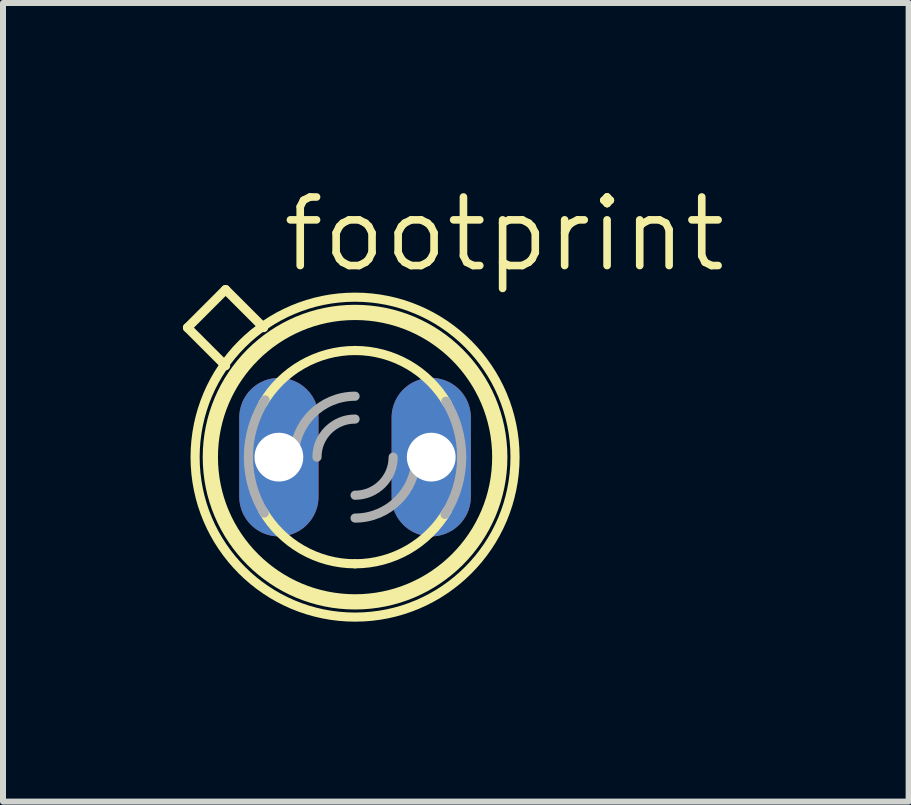
<source format=kicad_pcb>
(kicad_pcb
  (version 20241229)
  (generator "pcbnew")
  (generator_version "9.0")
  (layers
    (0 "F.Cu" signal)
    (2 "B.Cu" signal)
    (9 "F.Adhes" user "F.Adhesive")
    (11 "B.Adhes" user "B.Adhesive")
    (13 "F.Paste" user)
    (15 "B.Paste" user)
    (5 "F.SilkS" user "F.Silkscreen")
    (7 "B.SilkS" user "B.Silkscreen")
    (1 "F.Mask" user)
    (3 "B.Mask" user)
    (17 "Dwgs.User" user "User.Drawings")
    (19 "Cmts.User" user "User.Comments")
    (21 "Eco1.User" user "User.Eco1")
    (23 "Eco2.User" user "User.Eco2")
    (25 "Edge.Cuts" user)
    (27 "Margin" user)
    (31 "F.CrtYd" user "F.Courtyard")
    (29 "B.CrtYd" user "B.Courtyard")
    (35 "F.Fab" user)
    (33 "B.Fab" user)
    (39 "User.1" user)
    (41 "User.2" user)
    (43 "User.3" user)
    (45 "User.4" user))
  (footprint "footprint"
    (layer "F.Cu")
    (at 2.87 4.572)
    (property "Reference" "footprint" (at -1.27 -3.048 0) (layer "F.SilkS") (effects (font (size 1.143 1.143) (thickness 0.127)) (justify left bottom)))
    (fp_line (start -2.794 -2.159) (end -2.159 -2.794) (stroke (width 0.152) (type solid)) (layer "F.SilkS"))
    (fp_line (start -2.159 -1.524) (end -2.794 -2.159) (stroke (width 0.152) (type solid)) (layer "F.SilkS"))
    (fp_line (start -1.524 -2.159) (end -2.159 -2.794) (stroke (width 0.152) (type solid)) (layer "F.SilkS"))
    (fp_arc (start -1.5358 -0.8959) (mid -0.88555 -1.541787) (end 0 -1.778) (stroke (width 0.1524) (type solid)) (layer "F.SilkS"))
    (fp_arc (start 0 -1.778) (mid 0.88555 -1.541786) (end 1.5358 -0.8959) (stroke (width 0.1524) (type solid)) (layer "F.SilkS"))
    (fp_arc (start 0 1.778) (mid -0.88555 1.541786) (end -1.5358 0.8959) (stroke (width 0.1524) (type solid)) (layer "F.SilkS"))
    (fp_arc (start 1.5358 0.8959) (mid 0.88555 1.541787) (end 0 1.778) (stroke (width 0.1524) (type solid)) (layer "F.SilkS"))
    (fp_circle (center 0 0) (end 2.413 0) (stroke (width 0.254) (type solid)) (fill no) (layer "F.SilkS"))
    (fp_circle (center 0 0) (end 2.667 0) (stroke (width 0.152) (type solid)) (fill no) (layer "F.SilkS"))
    (fp_arc (start -1.778 0) (mid -1.707084 -0.497127) (end -1.500001 -0.9546) (stroke (width 0.1524) (type solid)) (layer "F.Fab"))
    (fp_arc (start -1.5142 0.9318) (mid -1.710762 0.484206) (end -1.778 0) (stroke (width 0.1524) (type solid)) (layer "F.Fab"))
    (fp_arc (start -1.016 0) (mid -0.71842 -0.71842) (end 0 -1.016) (stroke (width 0.1524) (type solid)) (layer "F.Fab"))
    (fp_arc (start -0.635 0) (mid -0.449013 -0.449013) (end 0 -0.635) (stroke (width 0.1524) (type solid)) (layer "F.Fab"))
    (fp_arc (start 0.635 0) (mid 0.449013 0.449013) (end 0 0.635) (stroke (width 0.1524) (type solid)) (layer "F.Fab"))
    (fp_arc (start 1.016 0) (mid 0.71842 0.71842) (end 0 1.016) (stroke (width 0.1524) (type solid)) (layer "F.Fab"))
    (fp_arc (start 1.5142 -0.9318) (mid 1.710762 -0.484206) (end 1.778 0) (stroke (width 0.1524) (type solid)) (layer "F.Fab"))
    (fp_arc (start 1.777999 0) (mid 1.707083 0.497127) (end 1.5 0.9546) (stroke (width 0.1524) (type solid)) (layer "F.Fab"))
    (pad "A" thru_hole oval (at 1.27 0 90) (size 2.642 1.321) (drill 0.813) (layers "*.Cu" "*.Mask"))
    (pad "K" thru_hole oval (at -1.27 0 90) (size 2.642 1.321) (drill 0.813) (layers "*.Cu" "*.Mask")))
  (gr_rect
    (start -3 -3)
    (end 12.1 10.315)
    (stroke (width 0.1) (type default))
    (fill no)
    (layer "Edge.Cuts")))
</source>
